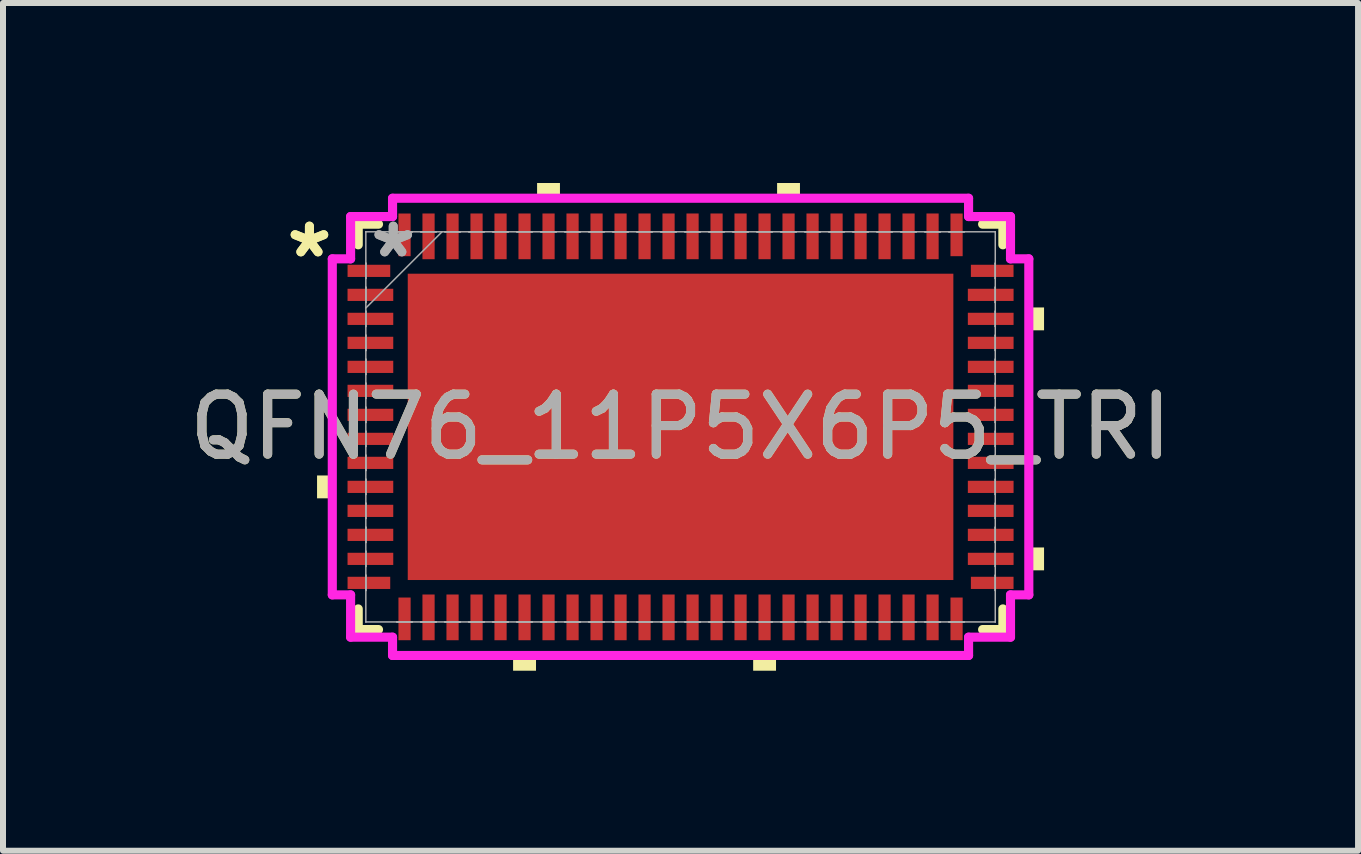
<source format=kicad_pcb>
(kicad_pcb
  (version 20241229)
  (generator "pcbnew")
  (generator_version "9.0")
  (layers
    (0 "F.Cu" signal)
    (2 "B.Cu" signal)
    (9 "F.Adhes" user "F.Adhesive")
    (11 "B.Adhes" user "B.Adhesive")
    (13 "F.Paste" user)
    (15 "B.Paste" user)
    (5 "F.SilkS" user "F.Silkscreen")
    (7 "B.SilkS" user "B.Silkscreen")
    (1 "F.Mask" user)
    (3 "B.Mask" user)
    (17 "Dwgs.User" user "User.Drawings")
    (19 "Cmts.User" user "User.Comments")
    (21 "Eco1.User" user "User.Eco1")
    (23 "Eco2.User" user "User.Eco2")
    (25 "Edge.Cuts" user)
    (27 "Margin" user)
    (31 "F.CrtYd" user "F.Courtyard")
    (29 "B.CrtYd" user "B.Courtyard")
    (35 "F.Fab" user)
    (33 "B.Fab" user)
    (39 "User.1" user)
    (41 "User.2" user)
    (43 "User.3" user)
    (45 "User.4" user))
  (footprint "QFN76_11P5X6P5_TRI"
    (layer "F.Cu")
    (at 8.292 4.064)
    (property "Reference" "QFN76_11P5X6P5_TRI" (at 0 0 0) (unlocked yes) (layer "F.SilkS") (effects (font (size 1 1) (thickness 0.15))))
    (attr smd)
    (fp_line (start -5.372 -3.378) (end -5.372 -3.034) (stroke (width 0.152) (type solid)) (layer "F.SilkS"))
    (fp_line (start -5.372 3.034) (end -5.372 3.378) (stroke (width 0.152) (type solid)) (layer "F.SilkS"))
    (fp_line (start -5.372 3.378) (end -5.034 3.378) (stroke (width 0.152) (type solid)) (layer "F.SilkS"))
    (fp_line (start -5.034 -3.378) (end -5.372 -3.378) (stroke (width 0.152) (type solid)) (layer "F.SilkS"))
    (fp_line (start 5.034 3.378) (end 5.372 3.378) (stroke (width 0.152) (type solid)) (layer "F.SilkS"))
    (fp_line (start 5.372 -3.378) (end 5.034 -3.378) (stroke (width 0.152) (type solid)) (layer "F.SilkS"))
    (fp_line (start 5.372 -3.034) (end 5.372 -3.378) (stroke (width 0.152) (type solid)) (layer "F.SilkS"))
    (fp_line (start 5.372 3.378) (end 5.372 3.034) (stroke (width 0.152) (type solid)) (layer "F.SilkS"))
    (fp_poly (pts (xy -6.058 0.81) (xy -6.058 1.191) (xy -5.804 1.191) (xy -5.804 0.81)) (stroke (width 0) (type solid)) (fill yes) (layer "F.SilkS"))
    (fp_poly (pts (xy -2.791 3.81) (xy -2.791 4.064) (xy -2.409 4.064) (xy -2.409 3.81)) (stroke (width 0) (type solid)) (fill yes) (layer "F.SilkS"))
    (fp_poly (pts (xy -2.391 -3.81) (xy -2.391 -4.064) (xy -2.01 -4.064) (xy -2.01 -3.81)) (stroke (width 0) (type solid)) (fill yes) (layer "F.SilkS"))
    (fp_poly (pts (xy 1.21 3.81) (xy 1.21 4.064) (xy 1.591 4.064) (xy 1.591 3.81)) (stroke (width 0) (type solid)) (fill yes) (layer "F.SilkS"))
    (fp_poly (pts (xy 1.609 -3.81) (xy 1.609 -4.064) (xy 1.99 -4.064) (xy 1.99 -3.81)) (stroke (width 0) (type solid)) (fill yes) (layer "F.SilkS"))
    (fp_poly (pts (xy 6.058 -1.99) (xy 6.058 -1.609) (xy 5.804 -1.609) (xy 5.804 -1.99)) (stroke (width 0) (type solid)) (fill yes) (layer "F.SilkS"))
    (fp_poly (pts (xy 6.058 2.01) (xy 6.058 2.391) (xy 5.804 2.391) (xy 5.804 2.01)) (stroke (width 0) (type solid)) (fill yes) (layer "F.SilkS"))
    (fp_poly (pts (xy -4.447 -2.453) (xy -4.447 -1.376) (xy -3.348 -1.376) (xy -3.348 -2.453)) (stroke (width 0) (type solid)) (fill yes) (layer "F.Paste"))
    (fp_poly (pts (xy -4.447 -1.176) (xy -4.447 -0.1) (xy -3.348 -0.1) (xy -3.348 -1.176)) (stroke (width 0) (type solid)) (fill yes) (layer "F.Paste"))
    (fp_poly (pts (xy -4.447 0.1) (xy -4.447 1.176) (xy -3.348 1.176) (xy -3.348 0.1)) (stroke (width 0) (type solid)) (fill yes) (layer "F.Paste"))
    (fp_poly (pts (xy -4.447 1.376) (xy -4.447 2.453) (xy -3.348 2.453) (xy -3.348 1.376)) (stroke (width 0) (type solid)) (fill yes) (layer "F.Paste"))
    (fp_poly (pts (xy -3.148 -2.453) (xy -3.148 -1.376) (xy -2.049 -1.376) (xy -2.049 -2.453)) (stroke (width 0) (type solid)) (fill yes) (layer "F.Paste"))
    (fp_poly (pts (xy -3.148 -1.176) (xy -3.148 -0.1) (xy -2.049 -0.1) (xy -2.049 -1.176)) (stroke (width 0) (type solid)) (fill yes) (layer "F.Paste"))
    (fp_poly (pts (xy -3.148 0.1) (xy -3.148 1.176) (xy -2.049 1.176) (xy -2.049 0.1)) (stroke (width 0) (type solid)) (fill yes) (layer "F.Paste"))
    (fp_poly (pts (xy -3.148 1.376) (xy -3.148 2.453) (xy -2.049 2.453) (xy -2.049 1.376)) (stroke (width 0) (type solid)) (fill yes) (layer "F.Paste"))
    (fp_poly (pts (xy -1.849 -2.453) (xy -1.849 -1.376) (xy -0.75 -1.376) (xy -0.75 -2.453)) (stroke (width 0) (type solid)) (fill yes) (layer "F.Paste"))
    (fp_poly (pts (xy -1.849 -1.176) (xy -1.849 -0.1) (xy -0.75 -0.1) (xy -0.75 -1.176)) (stroke (width 0) (type solid)) (fill yes) (layer "F.Paste"))
    (fp_poly (pts (xy -1.849 0.1) (xy -1.849 1.176) (xy -0.75 1.176) (xy -0.75 0.1)) (stroke (width 0) (type solid)) (fill yes) (layer "F.Paste"))
    (fp_poly (pts (xy -1.849 1.376) (xy -1.849 2.453) (xy -0.75 2.453) (xy -0.75 1.376)) (stroke (width 0) (type solid)) (fill yes) (layer "F.Paste"))
    (fp_poly (pts (xy -0.55 -2.453) (xy -0.55 -1.376) (xy 0.55 -1.376) (xy 0.55 -2.453)) (stroke (width 0) (type solid)) (fill yes) (layer "F.Paste"))
    (fp_poly (pts (xy -0.55 -1.176) (xy -0.55 -0.1) (xy 0.55 -0.1) (xy 0.55 -1.176)) (stroke (width 0) (type solid)) (fill yes) (layer "F.Paste"))
    (fp_poly (pts (xy -0.55 0.1) (xy -0.55 1.176) (xy 0.55 1.176) (xy 0.55 0.1)) (stroke (width 0) (type solid)) (fill yes) (layer "F.Paste"))
    (fp_poly (pts (xy -0.55 1.376) (xy -0.55 2.453) (xy 0.55 2.453) (xy 0.55 1.376)) (stroke (width 0) (type solid)) (fill yes) (layer "F.Paste"))
    (fp_poly (pts (xy 0.75 -2.453) (xy 0.75 -1.376) (xy 1.849 -1.376) (xy 1.849 -2.453)) (stroke (width 0) (type solid)) (fill yes) (layer "F.Paste"))
    (fp_poly (pts (xy 0.75 -1.176) (xy 0.75 -0.1) (xy 1.849 -0.1) (xy 1.849 -1.176)) (stroke (width 0) (type solid)) (fill yes) (layer "F.Paste"))
    (fp_poly (pts (xy 0.75 0.1) (xy 0.75 1.176) (xy 1.849 1.176) (xy 1.849 0.1)) (stroke (width 0) (type solid)) (fill yes) (layer "F.Paste"))
    (fp_poly (pts (xy 0.75 1.376) (xy 0.75 2.453) (xy 1.849 2.453) (xy 1.849 1.376)) (stroke (width 0) (type solid)) (fill yes) (layer "F.Paste"))
    (fp_poly (pts (xy 2.049 -2.453) (xy 2.049 -1.376) (xy 3.148 -1.376) (xy 3.148 -2.453)) (stroke (width 0) (type solid)) (fill yes) (layer "F.Paste"))
    (fp_poly (pts (xy 2.049 -1.176) (xy 2.049 -0.1) (xy 3.148 -0.1) (xy 3.148 -1.176)) (stroke (width 0) (type solid)) (fill yes) (layer "F.Paste"))
    (fp_poly (pts (xy 2.049 0.1) (xy 2.049 1.176) (xy 3.148 1.176) (xy 3.148 0.1)) (stroke (width 0) (type solid)) (fill yes) (layer "F.Paste"))
    (fp_poly (pts (xy 2.049 1.376) (xy 2.049 2.453) (xy 3.148 2.453) (xy 3.148 1.376)) (stroke (width 0) (type solid)) (fill yes) (layer "F.Paste"))
    (fp_poly (pts (xy 3.348 -2.453) (xy 3.348 -1.376) (xy 4.447 -1.376) (xy 4.447 -2.453)) (stroke (width 0) (type solid)) (fill yes) (layer "F.Paste"))
    (fp_poly (pts (xy 3.348 -1.176) (xy 3.348 -0.1) (xy 4.447 -0.1) (xy 4.447 -1.176)) (stroke (width 0) (type solid)) (fill yes) (layer "F.Paste"))
    (fp_poly (pts (xy 3.348 0.1) (xy 3.348 1.176) (xy 4.447 1.176) (xy 4.447 0.1)) (stroke (width 0) (type solid)) (fill yes) (layer "F.Paste"))
    (fp_poly (pts (xy 3.348 1.376) (xy 3.348 2.453) (xy 4.447 2.453) (xy 4.447 1.376)) (stroke (width 0) (type solid)) (fill yes) (layer "F.Paste"))
    (fp_line (start -5.804 -2.8) (end -5.499 -2.8) (stroke (width 0.152) (type solid)) (layer "F.CrtYd"))
    (fp_line (start -5.804 2.8) (end -5.804 -2.8) (stroke (width 0.152) (type solid)) (layer "F.CrtYd"))
    (fp_line (start -5.499 -3.505) (end -4.8 -3.505) (stroke (width 0.152) (type solid)) (layer "F.CrtYd"))
    (fp_line (start -5.499 -2.8) (end -5.499 -3.505) (stroke (width 0.152) (type solid)) (layer "F.CrtYd"))
    (fp_line (start -5.499 2.8) (end -5.804 2.8) (stroke (width 0.152) (type solid)) (layer "F.CrtYd"))
    (fp_line (start -5.499 3.505) (end -5.499 2.8) (stroke (width 0.152) (type solid)) (layer "F.CrtYd"))
    (fp_line (start -4.8 -3.81) (end 4.8 -3.81) (stroke (width 0.152) (type solid)) (layer "F.CrtYd"))
    (fp_line (start -4.8 -3.505) (end -4.8 -3.81) (stroke (width 0.152) (type solid)) (layer "F.CrtYd"))
    (fp_line (start -4.8 3.505) (end -5.499 3.505) (stroke (width 0.152) (type solid)) (layer "F.CrtYd"))
    (fp_line (start -4.8 3.81) (end -4.8 3.505) (stroke (width 0.152) (type solid)) (layer "F.CrtYd"))
    (fp_line (start 4.8 -3.81) (end 4.8 -3.505) (stroke (width 0.152) (type solid)) (layer "F.CrtYd"))
    (fp_line (start 4.8 -3.505) (end 5.499 -3.505) (stroke (width 0.152) (type solid)) (layer "F.CrtYd"))
    (fp_line (start 4.8 3.505) (end 4.8 3.81) (stroke (width 0.152) (type solid)) (layer "F.CrtYd"))
    (fp_line (start 4.8 3.81) (end -4.8 3.81) (stroke (width 0.152) (type solid)) (layer "F.CrtYd"))
    (fp_line (start 5.499 -3.505) (end 5.499 -2.8) (stroke (width 0.152) (type solid)) (layer "F.CrtYd"))
    (fp_line (start 5.499 -2.8) (end 5.804 -2.8) (stroke (width 0.152) (type solid)) (layer "F.CrtYd"))
    (fp_line (start 5.499 2.8) (end 5.499 3.505) (stroke (width 0.152) (type solid)) (layer "F.CrtYd"))
    (fp_line (start 5.499 3.505) (end 4.8 3.505) (stroke (width 0.152) (type solid)) (layer "F.CrtYd"))
    (fp_line (start 5.804 -2.8) (end 5.804 2.8) (stroke (width 0.152) (type solid)) (layer "F.CrtYd"))
    (fp_line (start 5.804 2.8) (end 5.499 2.8) (stroke (width 0.152) (type solid)) (layer "F.CrtYd"))
    (fp_line (start -5.245 -3.251) (end -5.245 -3.251) (stroke (width 0.025) (type solid)) (layer "F.Fab"))
    (fp_line (start -5.245 -3.251) (end -5.245 3.251) (stroke (width 0.025) (type solid)) (layer "F.Fab"))
    (fp_line (start -5.245 -2.727) (end -5.245 -2.727) (stroke (width 0.025) (type solid)) (layer "F.Fab"))
    (fp_line (start -5.245 -2.727) (end -5.245 -2.473) (stroke (width 0.025) (type solid)) (layer "F.Fab"))
    (fp_line (start -5.245 -2.473) (end -5.245 -2.727) (stroke (width 0.025) (type solid)) (layer "F.Fab"))
    (fp_line (start -5.245 -2.473) (end -5.245 -2.473) (stroke (width 0.025) (type solid)) (layer "F.Fab"))
    (fp_line (start -5.245 -2.327) (end -5.245 -2.327) (stroke (width 0.025) (type solid)) (layer "F.Fab"))
    (fp_line (start -5.245 -2.327) (end -5.245 -2.073) (stroke (width 0.025) (type solid)) (layer "F.Fab"))
    (fp_line (start -5.245 -2.073) (end -5.245 -2.327) (stroke (width 0.025) (type solid)) (layer "F.Fab"))
    (fp_line (start -5.245 -2.073) (end -5.245 -2.073) (stroke (width 0.025) (type solid)) (layer "F.Fab"))
    (fp_line (start -5.245 -1.981) (end -3.975 -3.251) (stroke (width 0.025) (type solid)) (layer "F.Fab"))
    (fp_line (start -5.245 -1.927) (end -5.245 -1.927) (stroke (width 0.025) (type solid)) (layer "F.Fab"))
    (fp_line (start -5.245 -1.927) (end -5.245 -1.673) (stroke (width 0.025) (type solid)) (layer "F.Fab"))
    (fp_line (start -5.245 -1.673) (end -5.245 -1.927) (stroke (width 0.025) (type solid)) (layer "F.Fab"))
    (fp_line (start -5.245 -1.673) (end -5.245 -1.673) (stroke (width 0.025) (type solid)) (layer "F.Fab"))
    (fp_line (start -5.245 -1.527) (end -5.245 -1.527) (stroke (width 0.025) (type solid)) (layer "F.Fab"))
    (fp_line (start -5.245 -1.527) (end -5.245 -1.273) (stroke (width 0.025) (type solid)) (layer "F.Fab"))
    (fp_line (start -5.245 -1.273) (end -5.245 -1.527) (stroke (width 0.025) (type solid)) (layer "F.Fab"))
    (fp_line (start -5.245 -1.273) (end -5.245 -1.273) (stroke (width 0.025) (type solid)) (layer "F.Fab"))
    (fp_line (start -5.245 -1.127) (end -5.245 -1.127) (stroke (width 0.025) (type solid)) (layer "F.Fab"))
    (fp_line (start -5.245 -1.127) (end -5.245 -0.873) (stroke (width 0.025) (type solid)) (layer "F.Fab"))
    (fp_line (start -5.245 -0.873) (end -5.245 -1.127) (stroke (width 0.025) (type solid)) (layer "F.Fab"))
    (fp_line (start -5.245 -0.873) (end -5.245 -0.873) (stroke (width 0.025) (type solid)) (layer "F.Fab"))
    (fp_line (start -5.245 -0.727) (end -5.245 -0.727) (stroke (width 0.025) (type solid)) (layer "F.Fab"))
    (fp_line (start -5.245 -0.727) (end -5.245 -0.473) (stroke (width 0.025) (type solid)) (layer "F.Fab"))
    (fp_line (start -5.245 -0.473) (end -5.245 -0.727) (stroke (width 0.025) (type solid)) (layer "F.Fab"))
    (fp_line (start -5.245 -0.473) (end -5.245 -0.473) (stroke (width 0.025) (type solid)) (layer "F.Fab"))
    (fp_line (start -5.245 -0.327) (end -5.245 -0.327) (stroke (width 0.025) (type solid)) (layer "F.Fab"))
    (fp_line (start -5.245 -0.327) (end -5.245 -0.073) (stroke (width 0.025) (type solid)) (layer "F.Fab"))
    (fp_line (start -5.245 -0.073) (end -5.245 -0.327) (stroke (width 0.025) (type solid)) (layer "F.Fab"))
    (fp_line (start -5.245 -0.073) (end -5.245 -0.073) (stroke (width 0.025) (type solid)) (layer "F.Fab"))
    (fp_line (start -5.245 0.073) (end -5.245 0.073) (stroke (width 0.025) (type solid)) (layer "F.Fab"))
    (fp_line (start -5.245 0.073) (end -5.245 0.327) (stroke (width 0.025) (type solid)) (layer "F.Fab"))
    (fp_line (start -5.245 0.327) (end -5.245 0.073) (stroke (width 0.025) (type solid)) (layer "F.Fab"))
    (fp_line (start -5.245 0.327) (end -5.245 0.327) (stroke (width 0.025) (type solid)) (layer "F.Fab"))
    (fp_line (start -5.245 0.473) (end -5.245 0.473) (stroke (width 0.025) (type solid)) (layer "F.Fab"))
    (fp_line (start -5.245 0.473) (end -5.245 0.727) (stroke (width 0.025) (type solid)) (layer "F.Fab"))
    (fp_line (start -5.245 0.727) (end -5.245 0.473) (stroke (width 0.025) (type solid)) (layer "F.Fab"))
    (fp_line (start -5.245 0.727) (end -5.245 0.727) (stroke (width 0.025) (type solid)) (layer "F.Fab"))
    (fp_line (start -5.245 0.873) (end -5.245 0.873) (stroke (width 0.025) (type solid)) (layer "F.Fab"))
    (fp_line (start -5.245 0.873) (end -5.245 1.127) (stroke (width 0.025) (type solid)) (layer "F.Fab"))
    (fp_line (start -5.245 1.127) (end -5.245 0.873) (stroke (width 0.025) (type solid)) (layer "F.Fab"))
    (fp_line (start -5.245 1.127) (end -5.245 1.127) (stroke (width 0.025) (type solid)) (layer "F.Fab"))
    (fp_line (start -5.245 1.273) (end -5.245 1.273) (stroke (width 0.025) (type solid)) (layer "F.Fab"))
    (fp_line (start -5.245 1.273) (end -5.245 1.527) (stroke (width 0.025) (type solid)) (layer "F.Fab"))
    (fp_line (start -5.245 1.527) (end -5.245 1.273) (stroke (width 0.025) (type solid)) (layer "F.Fab"))
    (fp_line (start -5.245 1.527) (end -5.245 1.527) (stroke (width 0.025) (type solid)) (layer "F.Fab"))
    (fp_line (start -5.245 1.673) (end -5.245 1.673) (stroke (width 0.025) (type solid)) (layer "F.Fab"))
    (fp_line (start -5.245 1.673) (end -5.245 1.927) (stroke (width 0.025) (type solid)) (layer "F.Fab"))
    (fp_line (start -5.245 1.927) (end -5.245 1.673) (stroke (width 0.025) (type solid)) (layer "F.Fab"))
    (fp_line (start -5.245 1.927) (end -5.245 1.927) (stroke (width 0.025) (type solid)) (layer "F.Fab"))
    (fp_line (start -5.245 2.073) (end -5.245 2.073) (stroke (width 0.025) (type solid)) (layer "F.Fab"))
    (fp_line (start -5.245 2.073) (end -5.245 2.327) (stroke (width 0.025) (type solid)) (layer "F.Fab"))
    (fp_line (start -5.245 2.327) (end -5.245 2.073) (stroke (width 0.025) (type solid)) (layer "F.Fab"))
    (fp_line (start -5.245 2.327) (end -5.245 2.327) (stroke (width 0.025) (type solid)) (layer "F.Fab"))
    (fp_line (start -5.245 2.473) (end -5.245 2.473) (stroke (width 0.025) (type solid)) (layer "F.Fab"))
    (fp_line (start -5.245 2.473) (end -5.245 2.727) (stroke (width 0.025) (type solid)) (layer "F.Fab"))
    (fp_line (start -5.245 2.727) (end -5.245 2.473) (stroke (width 0.025) (type solid)) (layer "F.Fab"))
    (fp_line (start -5.245 2.727) (end -5.245 2.727) (stroke (width 0.025) (type solid)) (layer "F.Fab"))
    (fp_line (start -5.245 3.251) (end -5.245 3.251) (stroke (width 0.025) (type solid)) (layer "F.Fab"))
    (fp_line (start -5.245 3.251) (end 5.245 3.251) (stroke (width 0.025) (type solid)) (layer "F.Fab"))
    (fp_line (start -4.727 -3.251) (end -4.727 -3.251) (stroke (width 0.025) (type solid)) (layer "F.Fab"))
    (fp_line (start -4.727 -3.251) (end -4.473 -3.251) (stroke (width 0.025) (type solid)) (layer "F.Fab"))
    (fp_line (start -4.727 3.251) (end -4.727 3.251) (stroke (width 0.025) (type solid)) (layer "F.Fab"))
    (fp_line (start -4.727 3.251) (end -4.473 3.251) (stroke (width 0.025) (type solid)) (layer "F.Fab"))
    (fp_line (start -4.473 -3.251) (end -4.727 -3.251) (stroke (width 0.025) (type solid)) (layer "F.Fab"))
    (fp_line (start -4.473 -3.251) (end -4.473 -3.251) (stroke (width 0.025) (type solid)) (layer "F.Fab"))
    (fp_line (start -4.473 3.251) (end -4.727 3.251) (stroke (width 0.025) (type solid)) (layer "F.Fab"))
    (fp_line (start -4.473 3.251) (end -4.473 3.251) (stroke (width 0.025) (type solid)) (layer "F.Fab"))
    (fp_line (start -4.327 -3.251) (end -4.327 -3.251) (stroke (width 0.025) (type solid)) (layer "F.Fab"))
    (fp_line (start -4.327 -3.251) (end -4.073 -3.251) (stroke (width 0.025) (type solid)) (layer "F.Fab"))
    (fp_line (start -4.327 3.251) (end -4.327 3.251) (stroke (width 0.025) (type solid)) (layer "F.Fab"))
    (fp_line (start -4.327 3.251) (end -4.073 3.251) (stroke (width 0.025) (type solid)) (layer "F.Fab"))
    (fp_line (start -4.073 -3.251) (end -4.327 -3.251) (stroke (width 0.025) (type solid)) (layer "F.Fab"))
    (fp_line (start -4.073 -3.251) (end -4.073 -3.251) (stroke (width 0.025) (type solid)) (layer "F.Fab"))
    (fp_line (start -4.073 3.251) (end -4.327 3.251) (stroke (width 0.025) (type solid)) (layer "F.Fab"))
    (fp_line (start -4.073 3.251) (end -4.073 3.251) (stroke (width 0.025) (type solid)) (layer "F.Fab"))
    (fp_line (start -3.927 -3.251) (end -3.927 -3.251) (stroke (width 0.025) (type solid)) (layer "F.Fab"))
    (fp_line (start -3.927 -3.251) (end -3.673 -3.251) (stroke (width 0.025) (type solid)) (layer "F.Fab"))
    (fp_line (start -3.927 3.251) (end -3.927 3.251) (stroke (width 0.025) (type solid)) (layer "F.Fab"))
    (fp_line (start -3.927 3.251) (end -3.673 3.251) (stroke (width 0.025) (type solid)) (layer "F.Fab"))
    (fp_line (start -3.673 -3.251) (end -3.927 -3.251) (stroke (width 0.025) (type solid)) (layer "F.Fab"))
    (fp_line (start -3.673 -3.251) (end -3.673 -3.251) (stroke (width 0.025) (type solid)) (layer "F.Fab"))
    (fp_line (start -3.673 3.251) (end -3.927 3.251) (stroke (width 0.025) (type solid)) (layer "F.Fab"))
    (fp_line (start -3.673 3.251) (end -3.673 3.251) (stroke (width 0.025) (type solid)) (layer "F.Fab"))
    (fp_line (start -3.527 -3.251) (end -3.527 -3.251) (stroke (width 0.025) (type solid)) (layer "F.Fab"))
    (fp_line (start -3.527 -3.251) (end -3.273 -3.251) (stroke (width 0.025) (type solid)) (layer "F.Fab"))
    (fp_line (start -3.527 3.251) (end -3.527 3.251) (stroke (width 0.025) (type solid)) (layer "F.Fab"))
    (fp_line (start -3.527 3.251) (end -3.273 3.251) (stroke (width 0.025) (type solid)) (layer "F.Fab"))
    (fp_line (start -3.273 -3.251) (end -3.527 -3.251) (stroke (width 0.025) (type solid)) (layer "F.Fab"))
    (fp_line (start -3.273 -3.251) (end -3.273 -3.251) (stroke (width 0.025) (type solid)) (layer "F.Fab"))
    (fp_line (start -3.273 3.251) (end -3.527 3.251) (stroke (width 0.025) (type solid)) (layer "F.Fab"))
    (fp_line (start -3.273 3.251) (end -3.273 3.251) (stroke (width 0.025) (type solid)) (layer "F.Fab"))
    (fp_line (start -3.127 -3.251) (end -3.127 -3.251) (stroke (width 0.025) (type solid)) (layer "F.Fab"))
    (fp_line (start -3.127 -3.251) (end -2.873 -3.251) (stroke (width 0.025) (type solid)) (layer "F.Fab"))
    (fp_line (start -3.127 3.251) (end -3.127 3.251) (stroke (width 0.025) (type solid)) (layer "F.Fab"))
    (fp_line (start -3.127 3.251) (end -2.873 3.251) (stroke (width 0.025) (type solid)) (layer "F.Fab"))
    (fp_line (start -2.873 -3.251) (end -3.127 -3.251) (stroke (width 0.025) (type solid)) (layer "F.Fab"))
    (fp_line (start -2.873 -3.251) (end -2.873 -3.251) (stroke (width 0.025) (type solid)) (layer "F.Fab"))
    (fp_line (start -2.873 3.251) (end -3.127 3.251) (stroke (width 0.025) (type solid)) (layer "F.Fab"))
    (fp_line (start -2.873 3.251) (end -2.873 3.251) (stroke (width 0.025) (type solid)) (layer "F.Fab"))
    (fp_line (start -2.727 -3.251) (end -2.727 -3.251) (stroke (width 0.025) (type solid)) (layer "F.Fab"))
    (fp_line (start -2.727 -3.251) (end -2.473 -3.251) (stroke (width 0.025) (type solid)) (layer "F.Fab"))
    (fp_line (start -2.727 3.251) (end -2.727 3.251) (stroke (width 0.025) (type solid)) (layer "F.Fab"))
    (fp_line (start -2.727 3.251) (end -2.473 3.251) (stroke (width 0.025) (type solid)) (layer "F.Fab"))
    (fp_line (start -2.473 -3.251) (end -2.727 -3.251) (stroke (width 0.025) (type solid)) (layer "F.Fab"))
    (fp_line (start -2.473 -3.251) (end -2.473 -3.251) (stroke (width 0.025) (type solid)) (layer "F.Fab"))
    (fp_line (start -2.473 3.251) (end -2.727 3.251) (stroke (width 0.025) (type solid)) (layer "F.Fab"))
    (fp_line (start -2.473 3.251) (end -2.473 3.251) (stroke (width 0.025) (type solid)) (layer "F.Fab"))
    (fp_line (start -2.327 -3.251) (end -2.327 -3.251) (stroke (width 0.025) (type solid)) (layer "F.Fab"))
    (fp_line (start -2.327 -3.251) (end -2.073 -3.251) (stroke (width 0.025) (type solid)) (layer "F.Fab"))
    (fp_line (start -2.327 3.251) (end -2.327 3.251) (stroke (width 0.025) (type solid)) (layer "F.Fab"))
    (fp_line (start -2.327 3.251) (end -2.073 3.251) (stroke (width 0.025) (type solid)) (layer "F.Fab"))
    (fp_line (start -2.073 -3.251) (end -2.327 -3.251) (stroke (width 0.025) (type solid)) (layer "F.Fab"))
    (fp_line (start -2.073 -3.251) (end -2.073 -3.251) (stroke (width 0.025) (type solid)) (layer "F.Fab"))
    (fp_line (start -2.073 3.251) (end -2.327 3.251) (stroke (width 0.025) (type solid)) (layer "F.Fab"))
    (fp_line (start -2.073 3.251) (end -2.073 3.251) (stroke (width 0.025) (type solid)) (layer "F.Fab"))
    (fp_line (start -1.927 -3.251) (end -1.927 -3.251) (stroke (width 0.025) (type solid)) (layer "F.Fab"))
    (fp_line (start -1.927 -3.251) (end -1.673 -3.251) (stroke (width 0.025) (type solid)) (layer "F.Fab"))
    (fp_line (start -1.927 3.251) (end -1.927 3.251) (stroke (width 0.025) (type solid)) (layer "F.Fab"))
    (fp_line (start -1.927 3.251) (end -1.673 3.251) (stroke (width 0.025) (type solid)) (layer "F.Fab"))
    (fp_line (start -1.673 -3.251) (end -1.927 -3.251) (stroke (width 0.025) (type solid)) (layer "F.Fab"))
    (fp_line (start -1.673 -3.251) (end -1.673 -3.251) (stroke (width 0.025) (type solid)) (layer "F.Fab"))
    (fp_line (start -1.673 3.251) (end -1.927 3.251) (stroke (width 0.025) (type solid)) (layer "F.Fab"))
    (fp_line (start -1.673 3.251) (end -1.673 3.251) (stroke (width 0.025) (type solid)) (layer "F.Fab"))
    (fp_line (start -1.527 -3.251) (end -1.527 -3.251) (stroke (width 0.025) (type solid)) (layer "F.Fab"))
    (fp_line (start -1.527 -3.251) (end -1.273 -3.251) (stroke (width 0.025) (type solid)) (layer "F.Fab"))
    (fp_line (start -1.527 3.251) (end -1.527 3.251) (stroke (width 0.025) (type solid)) (layer "F.Fab"))
    (fp_line (start -1.527 3.251) (end -1.273 3.251) (stroke (width 0.025) (type solid)) (layer "F.Fab"))
    (fp_line (start -1.273 -3.251) (end -1.527 -3.251) (stroke (width 0.025) (type solid)) (layer "F.Fab"))
    (fp_line (start -1.273 -3.251) (end -1.273 -3.251) (stroke (width 0.025) (type solid)) (layer "F.Fab"))
    (fp_line (start -1.273 3.251) (end -1.527 3.251) (stroke (width 0.025) (type solid)) (layer "F.Fab"))
    (fp_line (start -1.273 3.251) (end -1.273 3.251) (stroke (width 0.025) (type solid)) (layer "F.Fab"))
    (fp_line (start -1.127 -3.251) (end -1.127 -3.251) (stroke (width 0.025) (type solid)) (layer "F.Fab"))
    (fp_line (start -1.127 -3.251) (end -0.873 -3.251) (stroke (width 0.025) (type solid)) (layer "F.Fab"))
    (fp_line (start -1.127 3.251) (end -1.127 3.251) (stroke (width 0.025) (type solid)) (layer "F.Fab"))
    (fp_line (start -1.127 3.251) (end -0.873 3.251) (stroke (width 0.025) (type solid)) (layer "F.Fab"))
    (fp_line (start -0.873 -3.251) (end -1.127 -3.251) (stroke (width 0.025) (type solid)) (layer "F.Fab"))
    (fp_line (start -0.873 -3.251) (end -0.873 -3.251) (stroke (width 0.025) (type solid)) (layer "F.Fab"))
    (fp_line (start -0.873 3.251) (end -1.127 3.251) (stroke (width 0.025) (type solid)) (layer "F.Fab"))
    (fp_line (start -0.873 3.251) (end -0.873 3.251) (stroke (width 0.025) (type solid)) (layer "F.Fab"))
    (fp_line (start -0.727 -3.251) (end -0.727 -3.251) (stroke (width 0.025) (type solid)) (layer "F.Fab"))
    (fp_line (start -0.727 -3.251) (end -0.473 -3.251) (stroke (width 0.025) (type solid)) (layer "F.Fab"))
    (fp_line (start -0.727 3.251) (end -0.727 3.251) (stroke (width 0.025) (type solid)) (layer "F.Fab"))
    (fp_line (start -0.727 3.251) (end -0.473 3.251) (stroke (width 0.025) (type solid)) (layer "F.Fab"))
    (fp_line (start -0.473 -3.251) (end -0.727 -3.251) (stroke (width 0.025) (type solid)) (layer "F.Fab"))
    (fp_line (start -0.473 -3.251) (end -0.473 -3.251) (stroke (width 0.025) (type solid)) (layer "F.Fab"))
    (fp_line (start -0.473 3.251) (end -0.727 3.251) (stroke (width 0.025) (type solid)) (layer "F.Fab"))
    (fp_line (start -0.473 3.251) (end -0.473 3.251) (stroke (width 0.025) (type solid)) (layer "F.Fab"))
    (fp_line (start -0.327 -3.251) (end -0.327 -3.251) (stroke (width 0.025) (type solid)) (layer "F.Fab"))
    (fp_line (start -0.327 -3.251) (end -0.073 -3.251) (stroke (width 0.025) (type solid)) (layer "F.Fab"))
    (fp_line (start -0.327 3.251) (end -0.327 3.251) (stroke (width 0.025) (type solid)) (layer "F.Fab"))
    (fp_line (start -0.327 3.251) (end -0.073 3.251) (stroke (width 0.025) (type solid)) (layer "F.Fab"))
    (fp_line (start -0.073 -3.251) (end -0.327 -3.251) (stroke (width 0.025) (type solid)) (layer "F.Fab"))
    (fp_line (start -0.073 -3.251) (end -0.073 -3.251) (stroke (width 0.025) (type solid)) (layer "F.Fab"))
    (fp_line (start -0.073 3.251) (end -0.327 3.251) (stroke (width 0.025) (type solid)) (layer "F.Fab"))
    (fp_line (start -0.073 3.251) (end -0.073 3.251) (stroke (width 0.025) (type solid)) (layer "F.Fab"))
    (fp_line (start 0.073 -3.251) (end 0.073 -3.251) (stroke (width 0.025) (type solid)) (layer "F.Fab"))
    (fp_line (start 0.073 -3.251) (end 0.327 -3.251) (stroke (width 0.025) (type solid)) (layer "F.Fab"))
    (fp_line (start 0.073 3.251) (end 0.073 3.251) (stroke (width 0.025) (type solid)) (layer "F.Fab"))
    (fp_line (start 0.073 3.251) (end 0.327 3.251) (stroke (width 0.025) (type solid)) (layer "F.Fab"))
    (fp_line (start 0.327 -3.251) (end 0.073 -3.251) (stroke (width 0.025) (type solid)) (layer "F.Fab"))
    (fp_line (start 0.327 -3.251) (end 0.327 -3.251) (stroke (width 0.025) (type solid)) (layer "F.Fab"))
    (fp_line (start 0.327 3.251) (end 0.073 3.251) (stroke (width 0.025) (type solid)) (layer "F.Fab"))
    (fp_line (start 0.327 3.251) (end 0.327 3.251) (stroke (width 0.025) (type solid)) (layer "F.Fab"))
    (fp_line (start 0.473 -3.251) (end 0.473 -3.251) (stroke (width 0.025) (type solid)) (layer "F.Fab"))
    (fp_line (start 0.473 -3.251) (end 0.727 -3.251) (stroke (width 0.025) (type solid)) (layer "F.Fab"))
    (fp_line (start 0.473 3.251) (end 0.473 3.251) (stroke (width 0.025) (type solid)) (layer "F.Fab"))
    (fp_line (start 0.473 3.251) (end 0.727 3.251) (stroke (width 0.025) (type solid)) (layer "F.Fab"))
    (fp_line (start 0.727 -3.251) (end 0.473 -3.251) (stroke (width 0.025) (type solid)) (layer "F.Fab"))
    (fp_line (start 0.727 -3.251) (end 0.727 -3.251) (stroke (width 0.025) (type solid)) (layer "F.Fab"))
    (fp_line (start 0.727 3.251) (end 0.473 3.251) (stroke (width 0.025) (type solid)) (layer "F.Fab"))
    (fp_line (start 0.727 3.251) (end 0.727 3.251) (stroke (width 0.025) (type solid)) (layer "F.Fab"))
    (fp_line (start 0.873 -3.251) (end 0.873 -3.251) (stroke (width 0.025) (type solid)) (layer "F.Fab"))
    (fp_line (start 0.873 -3.251) (end 1.127 -3.251) (stroke (width 0.025) (type solid)) (layer "F.Fab"))
    (fp_line (start 0.873 3.251) (end 0.873 3.251) (stroke (width 0.025) (type solid)) (layer "F.Fab"))
    (fp_line (start 0.873 3.251) (end 1.127 3.251) (stroke (width 0.025) (type solid)) (layer "F.Fab"))
    (fp_line (start 1.127 -3.251) (end 0.873 -3.251) (stroke (width 0.025) (type solid)) (layer "F.Fab"))
    (fp_line (start 1.127 -3.251) (end 1.127 -3.251) (stroke (width 0.025) (type solid)) (layer "F.Fab"))
    (fp_line (start 1.127 3.251) (end 0.873 3.251) (stroke (width 0.025) (type solid)) (layer "F.Fab"))
    (fp_line (start 1.127 3.251) (end 1.127 3.251) (stroke (width 0.025) (type solid)) (layer "F.Fab"))
    (fp_line (start 1.273 -3.251) (end 1.273 -3.251) (stroke (width 0.025) (type solid)) (layer "F.Fab"))
    (fp_line (start 1.273 -3.251) (end 1.527 -3.251) (stroke (width 0.025) (type solid)) (layer "F.Fab"))
    (fp_line (start 1.273 3.251) (end 1.273 3.251) (stroke (width 0.025) (type solid)) (layer "F.Fab"))
    (fp_line (start 1.273 3.251) (end 1.527 3.251) (stroke (width 0.025) (type solid)) (layer "F.Fab"))
    (fp_line (start 1.527 -3.251) (end 1.273 -3.251) (stroke (width 0.025) (type solid)) (layer "F.Fab"))
    (fp_line (start 1.527 -3.251) (end 1.527 -3.251) (stroke (width 0.025) (type solid)) (layer "F.Fab"))
    (fp_line (start 1.527 3.251) (end 1.273 3.251) (stroke (width 0.025) (type solid)) (layer "F.Fab"))
    (fp_line (start 1.527 3.251) (end 1.527 3.251) (stroke (width 0.025) (type solid)) (layer "F.Fab"))
    (fp_line (start 1.673 -3.251) (end 1.673 -3.251) (stroke (width 0.025) (type solid)) (layer "F.Fab"))
    (fp_line (start 1.673 -3.251) (end 1.927 -3.251) (stroke (width 0.025) (type solid)) (layer "F.Fab"))
    (fp_line (start 1.673 3.251) (end 1.673 3.251) (stroke (width 0.025) (type solid)) (layer "F.Fab"))
    (fp_line (start 1.673 3.251) (end 1.927 3.251) (stroke (width 0.025) (type solid)) (layer "F.Fab"))
    (fp_line (start 1.927 -3.251) (end 1.673 -3.251) (stroke (width 0.025) (type solid)) (layer "F.Fab"))
    (fp_line (start 1.927 -3.251) (end 1.927 -3.251) (stroke (width 0.025) (type solid)) (layer "F.Fab"))
    (fp_line (start 1.927 3.251) (end 1.673 3.251) (stroke (width 0.025) (type solid)) (layer "F.Fab"))
    (fp_line (start 1.927 3.251) (end 1.927 3.251) (stroke (width 0.025) (type solid)) (layer "F.Fab"))
    (fp_line (start 2.073 -3.251) (end 2.073 -3.251) (stroke (width 0.025) (type solid)) (layer "F.Fab"))
    (fp_line (start 2.073 -3.251) (end 2.327 -3.251) (stroke (width 0.025) (type solid)) (layer "F.Fab"))
    (fp_line (start 2.073 3.251) (end 2.073 3.251) (stroke (width 0.025) (type solid)) (layer "F.Fab"))
    (fp_line (start 2.073 3.251) (end 2.327 3.251) (stroke (width 0.025) (type solid)) (layer "F.Fab"))
    (fp_line (start 2.327 -3.251) (end 2.073 -3.251) (stroke (width 0.025) (type solid)) (layer "F.Fab"))
    (fp_line (start 2.327 -3.251) (end 2.327 -3.251) (stroke (width 0.025) (type solid)) (layer "F.Fab"))
    (fp_line (start 2.327 3.251) (end 2.073 3.251) (stroke (width 0.025) (type solid)) (layer "F.Fab"))
    (fp_line (start 2.327 3.251) (end 2.327 3.251) (stroke (width 0.025) (type solid)) (layer "F.Fab"))
    (fp_line (start 2.473 -3.251) (end 2.473 -3.251) (stroke (width 0.025) (type solid)) (layer "F.Fab"))
    (fp_line (start 2.473 -3.251) (end 2.727 -3.251) (stroke (width 0.025) (type solid)) (layer "F.Fab"))
    (fp_line (start 2.473 3.251) (end 2.473 3.251) (stroke (width 0.025) (type solid)) (layer "F.Fab"))
    (fp_line (start 2.473 3.251) (end 2.727 3.251) (stroke (width 0.025) (type solid)) (layer "F.Fab"))
    (fp_line (start 2.727 -3.251) (end 2.473 -3.251) (stroke (width 0.025) (type solid)) (layer "F.Fab"))
    (fp_line (start 2.727 -3.251) (end 2.727 -3.251) (stroke (width 0.025) (type solid)) (layer "F.Fab"))
    (fp_line (start 2.727 3.251) (end 2.473 3.251) (stroke (width 0.025) (type solid)) (layer "F.Fab"))
    (fp_line (start 2.727 3.251) (end 2.727 3.251) (stroke (width 0.025) (type solid)) (layer "F.Fab"))
    (fp_line (start 2.873 -3.251) (end 2.873 -3.251) (stroke (width 0.025) (type solid)) (layer "F.Fab"))
    (fp_line (start 2.873 -3.251) (end 3.127 -3.251) (stroke (width 0.025) (type solid)) (layer "F.Fab"))
    (fp_line (start 2.873 3.251) (end 2.873 3.251) (stroke (width 0.025) (type solid)) (layer "F.Fab"))
    (fp_line (start 2.873 3.251) (end 3.127 3.251) (stroke (width 0.025) (type solid)) (layer "F.Fab"))
    (fp_line (start 3.127 -3.251) (end 2.873 -3.251) (stroke (width 0.025) (type solid)) (layer "F.Fab"))
    (fp_line (start 3.127 -3.251) (end 3.127 -3.251) (stroke (width 0.025) (type solid)) (layer "F.Fab"))
    (fp_line (start 3.127 3.251) (end 2.873 3.251) (stroke (width 0.025) (type solid)) (layer "F.Fab"))
    (fp_line (start 3.127 3.251) (end 3.127 3.251) (stroke (width 0.025) (type solid)) (layer "F.Fab"))
    (fp_line (start 3.273 -3.251) (end 3.273 -3.251) (stroke (width 0.025) (type solid)) (layer "F.Fab"))
    (fp_line (start 3.273 -3.251) (end 3.527 -3.251) (stroke (width 0.025) (type solid)) (layer "F.Fab"))
    (fp_line (start 3.273 3.251) (end 3.273 3.251) (stroke (width 0.025) (type solid)) (layer "F.Fab"))
    (fp_line (start 3.273 3.251) (end 3.527 3.251) (stroke (width 0.025) (type solid)) (layer "F.Fab"))
    (fp_line (start 3.527 -3.251) (end 3.273 -3.251) (stroke (width 0.025) (type solid)) (layer "F.Fab"))
    (fp_line (start 3.527 -3.251) (end 3.527 -3.251) (stroke (width 0.025) (type solid)) (layer "F.Fab"))
    (fp_line (start 3.527 3.251) (end 3.273 3.251) (stroke (width 0.025) (type solid)) (layer "F.Fab"))
    (fp_line (start 3.527 3.251) (end 3.527 3.251) (stroke (width 0.025) (type solid)) (layer "F.Fab"))
    (fp_line (start 3.673 -3.251) (end 3.673 -3.251) (stroke (width 0.025) (type solid)) (layer "F.Fab"))
    (fp_line (start 3.673 -3.251) (end 3.927 -3.251) (stroke (width 0.025) (type solid)) (layer "F.Fab"))
    (fp_line (start 3.673 3.251) (end 3.673 3.251) (stroke (width 0.025) (type solid)) (layer "F.Fab"))
    (fp_line (start 3.673 3.251) (end 3.927 3.251) (stroke (width 0.025) (type solid)) (layer "F.Fab"))
    (fp_line (start 3.927 -3.251) (end 3.673 -3.251) (stroke (width 0.025) (type solid)) (layer "F.Fab"))
    (fp_line (start 3.927 -3.251) (end 3.927 -3.251) (stroke (width 0.025) (type solid)) (layer "F.Fab"))
    (fp_line (start 3.927 3.251) (end 3.673 3.251) (stroke (width 0.025) (type solid)) (layer "F.Fab"))
    (fp_line (start 3.927 3.251) (end 3.927 3.251) (stroke (width 0.025) (type solid)) (layer "F.Fab"))
    (fp_line (start 4.073 -3.251) (end 4.073 -3.251) (stroke (width 0.025) (type solid)) (layer "F.Fab"))
    (fp_line (start 4.073 -3.251) (end 4.327 -3.251) (stroke (width 0.025) (type solid)) (layer "F.Fab"))
    (fp_line (start 4.073 3.251) (end 4.073 3.251) (stroke (width 0.025) (type solid)) (layer "F.Fab"))
    (fp_line (start 4.073 3.251) (end 4.327 3.251) (stroke (width 0.025) (type solid)) (layer "F.Fab"))
    (fp_line (start 4.327 -3.251) (end 4.073 -3.251) (stroke (width 0.025) (type solid)) (layer "F.Fab"))
    (fp_line (start 4.327 -3.251) (end 4.327 -3.251) (stroke (width 0.025) (type solid)) (layer "F.Fab"))
    (fp_line (start 4.327 3.251) (end 4.073 3.251) (stroke (width 0.025) (type solid)) (layer "F.Fab"))
    (fp_line (start 4.327 3.251) (end 4.327 3.251) (stroke (width 0.025) (type solid)) (layer "F.Fab"))
    (fp_line (start 4.473 -3.251) (end 4.473 -3.251) (stroke (width 0.025) (type solid)) (layer "F.Fab"))
    (fp_line (start 4.473 -3.251) (end 4.727 -3.251) (stroke (width 0.025) (type solid)) (layer "F.Fab"))
    (fp_line (start 4.473 3.251) (end 4.473 3.251) (stroke (width 0.025) (type solid)) (layer "F.Fab"))
    (fp_line (start 4.473 3.251) (end 4.727 3.251) (stroke (width 0.025) (type solid)) (layer "F.Fab"))
    (fp_line (start 4.727 -3.251) (end 4.473 -3.251) (stroke (width 0.025) (type solid)) (layer "F.Fab"))
    (fp_line (start 4.727 -3.251) (end 4.727 -3.251) (stroke (width 0.025) (type solid)) (layer "F.Fab"))
    (fp_line (start 4.727 3.251) (end 4.473 3.251) (stroke (width 0.025) (type solid)) (layer "F.Fab"))
    (fp_line (start 4.727 3.251) (end 4.727 3.251) (stroke (width 0.025) (type solid)) (layer "F.Fab"))
    (fp_line (start 5.245 -3.251) (end -5.245 -3.251) (stroke (width 0.025) (type solid)) (layer "F.Fab"))
    (fp_line (start 5.245 -3.251) (end 5.245 -3.251) (stroke (width 0.025) (type solid)) (layer "F.Fab"))
    (fp_line (start 5.245 -2.727) (end 5.245 -2.727) (stroke (width 0.025) (type solid)) (layer "F.Fab"))
    (fp_line (start 5.245 -2.727) (end 5.245 -2.473) (stroke (width 0.025) (type solid)) (layer "F.Fab"))
    (fp_line (start 5.245 -2.473) (end 5.245 -2.727) (stroke (width 0.025) (type solid)) (layer "F.Fab"))
    (fp_line (start 5.245 -2.473) (end 5.245 -2.473) (stroke (width 0.025) (type solid)) (layer "F.Fab"))
    (fp_line (start 5.245 -2.327) (end 5.245 -2.327) (stroke (width 0.025) (type solid)) (layer "F.Fab"))
    (fp_line (start 5.245 -2.327) (end 5.245 -2.073) (stroke (width 0.025) (type solid)) (layer "F.Fab"))
    (fp_line (start 5.245 -2.073) (end 5.245 -2.327) (stroke (width 0.025) (type solid)) (layer "F.Fab"))
    (fp_line (start 5.245 -2.073) (end 5.245 -2.073) (stroke (width 0.025) (type solid)) (layer "F.Fab"))
    (fp_line (start 5.245 -1.927) (end 5.245 -1.927) (stroke (width 0.025) (type solid)) (layer "F.Fab"))
    (fp_line (start 5.245 -1.927) (end 5.245 -1.673) (stroke (width 0.025) (type solid)) (layer "F.Fab"))
    (fp_line (start 5.245 -1.673) (end 5.245 -1.927) (stroke (width 0.025) (type solid)) (layer "F.Fab"))
    (fp_line (start 5.245 -1.673) (end 5.245 -1.673) (stroke (width 0.025) (type solid)) (layer "F.Fab"))
    (fp_line (start 5.245 -1.527) (end 5.245 -1.527) (stroke (width 0.025) (type solid)) (layer "F.Fab"))
    (fp_line (start 5.245 -1.527) (end 5.245 -1.273) (stroke (width 0.025) (type solid)) (layer "F.Fab"))
    (fp_line (start 5.245 -1.273) (end 5.245 -1.527) (stroke (width 0.025) (type solid)) (layer "F.Fab"))
    (fp_line (start 5.245 -1.273) (end 5.245 -1.273) (stroke (width 0.025) (type solid)) (layer "F.Fab"))
    (fp_line (start 5.245 -1.127) (end 5.245 -1.127) (stroke (width 0.025) (type solid)) (layer "F.Fab"))
    (fp_line (start 5.245 -1.127) (end 5.245 -0.873) (stroke (width 0.025) (type solid)) (layer "F.Fab"))
    (fp_line (start 5.245 -0.873) (end 5.245 -1.127) (stroke (width 0.025) (type solid)) (layer "F.Fab"))
    (fp_line (start 5.245 -0.873) (end 5.245 -0.873) (stroke (width 0.025) (type solid)) (layer "F.Fab"))
    (fp_line (start 5.245 -0.727) (end 5.245 -0.727) (stroke (width 0.025) (type solid)) (layer "F.Fab"))
    (fp_line (start 5.245 -0.727) (end 5.245 -0.473) (stroke (width 0.025) (type solid)) (layer "F.Fab"))
    (fp_line (start 5.245 -0.473) (end 5.245 -0.727) (stroke (width 0.025) (type solid)) (layer "F.Fab"))
    (fp_line (start 5.245 -0.473) (end 5.245 -0.473) (stroke (width 0.025) (type solid)) (layer "F.Fab"))
    (fp_line (start 5.245 -0.327) (end 5.245 -0.327) (stroke (width 0.025) (type solid)) (layer "F.Fab"))
    (fp_line (start 5.245 -0.327) (end 5.245 -0.073) (stroke (width 0.025) (type solid)) (layer "F.Fab"))
    (fp_line (start 5.245 -0.073) (end 5.245 -0.327) (stroke (width 0.025) (type solid)) (layer "F.Fab"))
    (fp_line (start 5.245 -0.073) (end 5.245 -0.073) (stroke (width 0.025) (type solid)) (layer "F.Fab"))
    (fp_line (start 5.245 0.073) (end 5.245 0.073) (stroke (width 0.025) (type solid)) (layer "F.Fab"))
    (fp_line (start 5.245 0.073) (end 5.245 0.327) (stroke (width 0.025) (type solid)) (layer "F.Fab"))
    (fp_line (start 5.245 0.327) (end 5.245 0.073) (stroke (width 0.025) (type solid)) (layer "F.Fab"))
    (fp_line (start 5.245 0.327) (end 5.245 0.327) (stroke (width 0.025) (type solid)) (layer "F.Fab"))
    (fp_line (start 5.245 0.473) (end 5.245 0.473) (stroke (width 0.025) (type solid)) (layer "F.Fab"))
    (fp_line (start 5.245 0.473) (end 5.245 0.727) (stroke (width 0.025) (type solid)) (layer "F.Fab"))
    (fp_line (start 5.245 0.727) (end 5.245 0.473) (stroke (width 0.025) (type solid)) (layer "F.Fab"))
    (fp_line (start 5.245 0.727) (end 5.245 0.727) (stroke (width 0.025) (type solid)) (layer "F.Fab"))
    (fp_line (start 5.245 0.873) (end 5.245 0.873) (stroke (width 0.025) (type solid)) (layer "F.Fab"))
    (fp_line (start 5.245 0.873) (end 5.245 1.127) (stroke (width 0.025) (type solid)) (layer "F.Fab"))
    (fp_line (start 5.245 1.127) (end 5.245 0.873) (stroke (width 0.025) (type solid)) (layer "F.Fab"))
    (fp_line (start 5.245 1.127) (end 5.245 1.127) (stroke (width 0.025) (type solid)) (layer "F.Fab"))
    (fp_line (start 5.245 1.273) (end 5.245 1.273) (stroke (width 0.025) (type solid)) (layer "F.Fab"))
    (fp_line (start 5.245 1.273) (end 5.245 1.527) (stroke (width 0.025) (type solid)) (layer "F.Fab"))
    (fp_line (start 5.245 1.527) (end 5.245 1.273) (stroke (width 0.025) (type solid)) (layer "F.Fab"))
    (fp_line (start 5.245 1.527) (end 5.245 1.527) (stroke (width 0.025) (type solid)) (layer "F.Fab"))
    (fp_line (start 5.245 1.673) (end 5.245 1.673) (stroke (width 0.025) (type solid)) (layer "F.Fab"))
    (fp_line (start 5.245 1.673) (end 5.245 1.927) (stroke (width 0.025) (type solid)) (layer "F.Fab"))
    (fp_line (start 5.245 1.927) (end 5.245 1.673) (stroke (width 0.025) (type solid)) (layer "F.Fab"))
    (fp_line (start 5.245 1.927) (end 5.245 1.927) (stroke (width 0.025) (type solid)) (layer "F.Fab"))
    (fp_line (start 5.245 2.073) (end 5.245 2.073) (stroke (width 0.025) (type solid)) (layer "F.Fab"))
    (fp_line (start 5.245 2.073) (end 5.245 2.327) (stroke (width 0.025) (type solid)) (layer "F.Fab"))
    (fp_line (start 5.245 2.327) (end 5.245 2.073) (stroke (width 0.025) (type solid)) (layer "F.Fab"))
    (fp_line (start 5.245 2.327) (end 5.245 2.327) (stroke (width 0.025) (type solid)) (layer "F.Fab"))
    (fp_line (start 5.245 2.473) (end 5.245 2.473) (stroke (width 0.025) (type solid)) (layer "F.Fab"))
    (fp_line (start 5.245 2.473) (end 5.245 2.727) (stroke (width 0.025) (type solid)) (layer "F.Fab"))
    (fp_line (start 5.245 2.727) (end 5.245 2.473) (stroke (width 0.025) (type solid)) (layer "F.Fab"))
    (fp_line (start 5.245 2.727) (end 5.245 2.727) (stroke (width 0.025) (type solid)) (layer "F.Fab"))
    (fp_line (start 5.245 3.251) (end 5.245 -3.251) (stroke (width 0.025) (type solid)) (layer "F.Fab"))
    (fp_line (start 5.245 3.251) (end 5.245 3.251) (stroke (width 0.025) (type solid)) (layer "F.Fab"))
    (fp_text user "*" (at -6.185 -2.8 0) (layer "F.SilkS") (effects (font (size 1 1) (thickness 0.15))))
    (fp_text user "*" (at -6.185 -2.8 0) (unlocked yes) (layer "F.SilkS") (effects (font (size 1 1) (thickness 0.15))))
    (fp_text user "*" (at -4.788 -2.8 0) (layer "F.Fab") (effects (font (size 1 1) (thickness 0.15))))
    (fp_text user "*" (at -4.788 -2.8 0) (unlocked yes) (layer "F.Fab") (effects (font (size 1 1) (thickness 0.15))))
    (fp_text user "${REFERENCE}" (at 0 0 0) (unlocked yes) (layer "F.Fab") (effects (font (size 1 1) (thickness 0.15))))
    (pad "1" smd rect (at -5.194 -2.6 90) (size 0.203 0.711) (layers "F.Cu" "F.Mask" "F.Paste"))
    (pad "2" smd rect (at -5.169 -2.2 90) (size 0.203 0.762) (layers "F.Cu" "F.Mask" "F.Paste"))
    (pad "3" smd rect (at -5.169 -1.8 90) (size 0.203 0.762) (layers "F.Cu" "F.Mask" "F.Paste"))
    (pad "4" smd rect (at -5.169 -1.4 90) (size 0.203 0.762) (layers "F.Cu" "F.Mask" "F.Paste"))
    (pad "5" smd rect (at -5.169 -1 90) (size 0.203 0.762) (layers "F.Cu" "F.Mask" "F.Paste"))
    (pad "6" smd rect (at -5.169 -0.6 90) (size 0.203 0.762) (layers "F.Cu" "F.Mask" "F.Paste"))
    (pad "7" smd rect (at -5.169 -0.2 90) (size 0.203 0.762) (layers "F.Cu" "F.Mask" "F.Paste"))
    (pad "8" smd rect (at -5.169 0.2 90) (size 0.203 0.762) (layers "F.Cu" "F.Mask" "F.Paste"))
    (pad "9" smd rect (at -5.169 0.6 90) (size 0.203 0.762) (layers "F.Cu" "F.Mask" "F.Paste"))
    (pad "10" smd rect (at -5.169 1 90) (size 0.203 0.762) (layers "F.Cu" "F.Mask" "F.Paste"))
    (pad "11" smd rect (at -5.169 1.4 90) (size 0.203 0.762) (layers "F.Cu" "F.Mask" "F.Paste"))
    (pad "12" smd rect (at -5.169 1.8 90) (size 0.203 0.762) (layers "F.Cu" "F.Mask" "F.Paste"))
    (pad "13" smd rect (at -5.169 2.2 90) (size 0.203 0.762) (layers "F.Cu" "F.Mask" "F.Paste"))
    (pad "14" smd rect (at -5.194 2.6 90) (size 0.203 0.711) (layers "F.Cu" "F.Mask" "F.Paste"))
    (pad "15" smd rect (at -4.6 3.2) (size 0.203 0.711) (layers "F.Cu" "F.Mask" "F.Paste"))
    (pad "16" smd rect (at -4.2 3.175) (size 0.203 0.762) (layers "F.Cu" "F.Mask" "F.Paste"))
    (pad "17" smd rect (at -3.8 3.175) (size 0.203 0.762) (layers "F.Cu" "F.Mask" "F.Paste"))
    (pad "18" smd rect (at -3.4 3.175) (size 0.203 0.762) (layers "F.Cu" "F.Mask" "F.Paste"))
    (pad "19" smd rect (at -3 3.175) (size 0.203 0.762) (layers "F.Cu" "F.Mask" "F.Paste"))
    (pad "20" smd rect (at -2.6 3.175) (size 0.203 0.762) (layers "F.Cu" "F.Mask" "F.Paste"))
    (pad "21" smd rect (at -2.2 3.175) (size 0.203 0.762) (layers "F.Cu" "F.Mask" "F.Paste"))
    (pad "22" smd rect (at -1.8 3.175) (size 0.203 0.762) (layers "F.Cu" "F.Mask" "F.Paste"))
    (pad "23" smd rect (at -1.4 3.175) (size 0.203 0.762) (layers "F.Cu" "F.Mask" "F.Paste"))
    (pad "24" smd rect (at -1 3.175) (size 0.203 0.762) (layers "F.Cu" "F.Mask" "F.Paste"))
    (pad "25" smd rect (at -0.6 3.175) (size 0.203 0.762) (layers "F.Cu" "F.Mask" "F.Paste"))
    (pad "26" smd rect (at -0.2 3.175) (size 0.203 0.762) (layers "F.Cu" "F.Mask" "F.Paste"))
    (pad "27" smd rect (at 0.2 3.175) (size 0.203 0.762) (layers "F.Cu" "F.Mask" "F.Paste"))
    (pad "28" smd rect (at 0.6 3.175) (size 0.203 0.762) (layers "F.Cu" "F.Mask" "F.Paste"))
    (pad "29" smd rect (at 1 3.175) (size 0.203 0.762) (layers "F.Cu" "F.Mask" "F.Paste"))
    (pad "30" smd rect (at 1.4 3.175) (size 0.203 0.762) (layers "F.Cu" "F.Mask" "F.Paste"))
    (pad "31" smd rect (at 1.8 3.175) (size 0.203 0.762) (layers "F.Cu" "F.Mask" "F.Paste"))
    (pad "32" smd rect (at 2.2 3.175) (size 0.203 0.762) (layers "F.Cu" "F.Mask" "F.Paste"))
    (pad "33" smd rect (at 2.6 3.175) (size 0.203 0.762) (layers "F.Cu" "F.Mask" "F.Paste"))
    (pad "34" smd rect (at 3 3.175) (size 0.203 0.762) (layers "F.Cu" "F.Mask" "F.Paste"))
    (pad "35" smd rect (at 3.4 3.175) (size 0.203 0.762) (layers "F.Cu" "F.Mask" "F.Paste"))
    (pad "36" smd rect (at 3.8 3.175) (size 0.203 0.762) (layers "F.Cu" "F.Mask" "F.Paste"))
    (pad "37" smd rect (at 4.2 3.175) (size 0.203 0.762) (layers "F.Cu" "F.Mask" "F.Paste"))
    (pad "38" smd rect (at 4.6 3.2) (size 0.203 0.711) (layers "F.Cu" "F.Mask" "F.Paste"))
    (pad "39" smd rect (at 5.194 2.6 90) (size 0.203 0.711) (layers "F.Cu" "F.Mask" "F.Paste"))
    (pad "40" smd rect (at 5.169 2.2 90) (size 0.203 0.762) (layers "F.Cu" "F.Mask" "F.Paste"))
    (pad "41" smd rect (at 5.169 1.8 90) (size 0.203 0.762) (layers "F.Cu" "F.Mask" "F.Paste"))
    (pad "42" smd rect (at 5.169 1.4 90) (size 0.203 0.762) (layers "F.Cu" "F.Mask" "F.Paste"))
    (pad "43" smd rect (at 5.169 1 90) (size 0.203 0.762) (layers "F.Cu" "F.Mask" "F.Paste"))
    (pad "44" smd rect (at 5.169 0.6 90) (size 0.203 0.762) (layers "F.Cu" "F.Mask" "F.Paste"))
    (pad "45" smd rect (at 5.169 0.2 90) (size 0.203 0.762) (layers "F.Cu" "F.Mask" "F.Paste"))
    (pad "46" smd rect (at 5.169 -0.2 90) (size 0.203 0.762) (layers "F.Cu" "F.Mask" "F.Paste"))
    (pad "47" smd rect (at 5.169 -0.6 90) (size 0.203 0.762) (layers "F.Cu" "F.Mask" "F.Paste"))
    (pad "48" smd rect (at 5.169 -1 90) (size 0.203 0.762) (layers "F.Cu" "F.Mask" "F.Paste"))
    (pad "49" smd rect (at 5.169 -1.4 90) (size 0.203 0.762) (layers "F.Cu" "F.Mask" "F.Paste"))
    (pad "50" smd rect (at 5.169 -1.8 90) (size 0.203 0.762) (layers "F.Cu" "F.Mask" "F.Paste"))
    (pad "51" smd rect (at 5.169 -2.2 90) (size 0.203 0.762) (layers "F.Cu" "F.Mask" "F.Paste"))
    (pad "52" smd rect (at 5.194 -2.6 90) (size 0.203 0.711) (layers "F.Cu" "F.Mask" "F.Paste"))
    (pad "53" smd rect (at 4.6 -3.2) (size 0.203 0.711) (layers "F.Cu" "F.Mask" "F.Paste"))
    (pad "54" smd rect (at 4.2 -3.175) (size 0.203 0.762) (layers "F.Cu" "F.Mask" "F.Paste"))
    (pad "55" smd rect (at 3.8 -3.175) (size 0.203 0.762) (layers "F.Cu" "F.Mask" "F.Paste"))
    (pad "56" smd rect (at 3.4 -3.175) (size 0.203 0.762) (layers "F.Cu" "F.Mask" "F.Paste"))
    (pad "57" smd rect (at 3 -3.175) (size 0.203 0.762) (layers "F.Cu" "F.Mask" "F.Paste"))
    (pad "58" smd rect (at 2.6 -3.175) (size 0.203 0.762) (layers "F.Cu" "F.Mask" "F.Paste"))
    (pad "59" smd rect (at 2.2 -3.175) (size 0.203 0.762) (layers "F.Cu" "F.Mask" "F.Paste"))
    (pad "60" smd rect (at 1.8 -3.175) (size 0.203 0.762) (layers "F.Cu" "F.Mask" "F.Paste"))
    (pad "61" smd rect (at 1.4 -3.175) (size 0.203 0.762) (layers "F.Cu" "F.Mask" "F.Paste"))
    (pad "62" smd rect (at 1 -3.175) (size 0.203 0.762) (layers "F.Cu" "F.Mask" "F.Paste"))
    (pad "63" smd rect (at 0.6 -3.175) (size 0.203 0.762) (layers "F.Cu" "F.Mask" "F.Paste"))
    (pad "64" smd rect (at 0.2 -3.175) (size 0.203 0.762) (layers "F.Cu" "F.Mask" "F.Paste"))
    (pad "65" smd rect (at -0.2 -3.175) (size 0.203 0.762) (layers "F.Cu" "F.Mask" "F.Paste"))
    (pad "66" smd rect (at -0.6 -3.175) (size 0.203 0.762) (layers "F.Cu" "F.Mask" "F.Paste"))
    (pad "67" smd rect (at -1 -3.175) (size 0.203 0.762) (layers "F.Cu" "F.Mask" "F.Paste"))
    (pad "68" smd rect (at -1.4 -3.175) (size 0.203 0.762) (layers "F.Cu" "F.Mask" "F.Paste"))
    (pad "69" smd rect (at -1.8 -3.175) (size 0.203 0.762) (layers "F.Cu" "F.Mask" "F.Paste"))
    (pad "70" smd rect (at -2.2 -3.175) (size 0.203 0.762) (layers "F.Cu" "F.Mask" "F.Paste"))
    (pad "71" smd rect (at -2.6 -3.175) (size 0.203 0.762) (layers "F.Cu" "F.Mask" "F.Paste"))
    (pad "72" smd rect (at -3 -3.175) (size 0.203 0.762) (layers "F.Cu" "F.Mask" "F.Paste"))
    (pad "73" smd rect (at -3.4 -3.175) (size 0.203 0.762) (layers "F.Cu" "F.Mask" "F.Paste"))
    (pad "74" smd rect (at -3.8 -3.175) (size 0.203 0.762) (layers "F.Cu" "F.Mask" "F.Paste"))
    (pad "75" smd rect (at -4.2 -3.175) (size 0.203 0.762) (layers "F.Cu" "F.Mask" "F.Paste"))
    (pad "76" smd rect (at -4.6 -3.2) (size 0.203 0.711) (layers "F.Cu" "F.Mask" "F.Paste"))
    (pad "77" smd rect (at 0 0) (size 9.093 5.105) (layers "F.Cu" "F.Mask")))
  (gr_rect
    (start -3 -3)
    (end 19.583 11.128)
    (stroke (width 0.1) (type default))
    (fill no)
    (layer "Edge.Cuts")))
</source>
